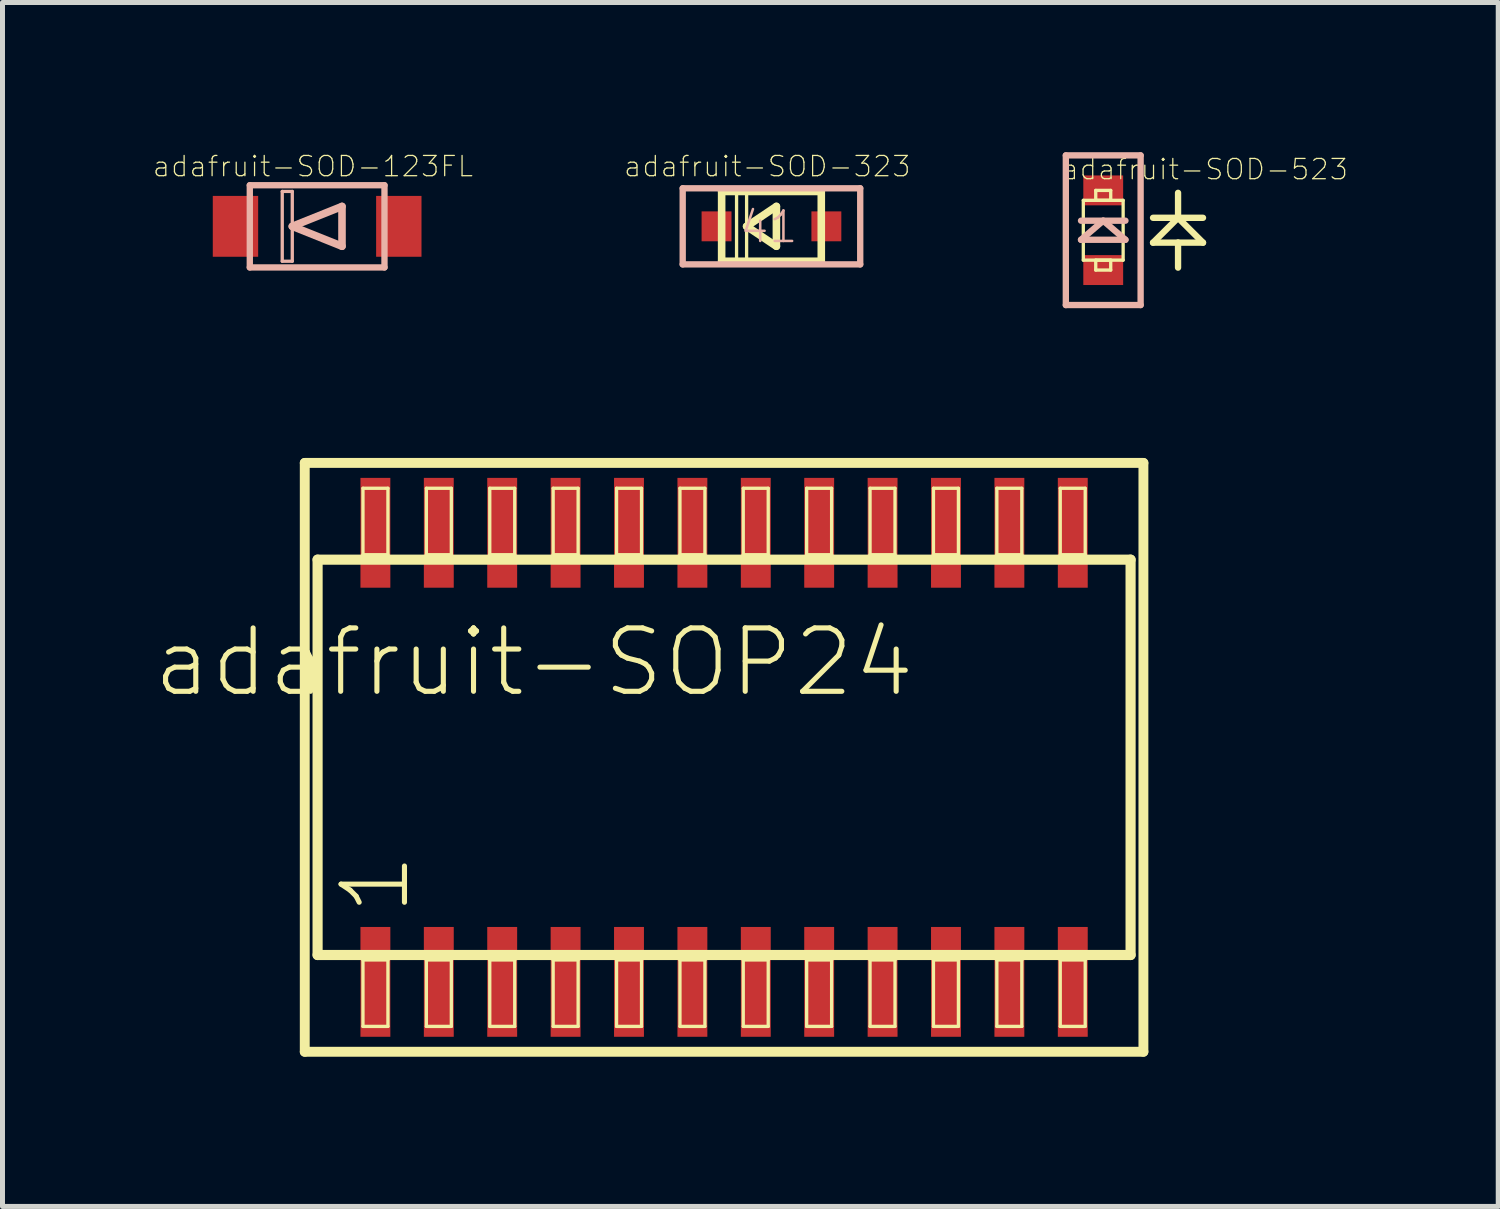
<source format=kicad_pcb>
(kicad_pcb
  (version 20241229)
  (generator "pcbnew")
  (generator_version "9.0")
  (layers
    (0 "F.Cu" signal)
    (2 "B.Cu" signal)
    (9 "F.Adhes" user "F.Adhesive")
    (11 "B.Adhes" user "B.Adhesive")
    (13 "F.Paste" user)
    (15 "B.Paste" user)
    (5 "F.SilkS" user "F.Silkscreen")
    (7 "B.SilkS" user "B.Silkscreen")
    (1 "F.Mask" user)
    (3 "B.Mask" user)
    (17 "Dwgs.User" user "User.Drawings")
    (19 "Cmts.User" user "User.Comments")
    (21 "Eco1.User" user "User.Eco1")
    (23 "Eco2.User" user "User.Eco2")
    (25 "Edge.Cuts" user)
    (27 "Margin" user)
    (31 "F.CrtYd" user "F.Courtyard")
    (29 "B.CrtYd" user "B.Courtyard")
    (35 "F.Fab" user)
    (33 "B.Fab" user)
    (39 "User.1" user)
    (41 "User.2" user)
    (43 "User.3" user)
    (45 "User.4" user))
  (footprint "adafruit-SOP24"
    (layer "F.Cu")
    (at 11.455 12.121)
    (property "Reference" "adafruit-SOP24" (at -3.81 -1.905 0) (layer "F.SilkS") (effects (font (size 1.27 1.27) (thickness 0.102))))
    (attr smd)
    (fp_line (start -8.4 -5.898) (end 8.4 -5.898) (stroke (width 0.198) (type solid)) (layer "F.SilkS"))
    (fp_line (start -8.4 5.898) (end -8.4 -5.898) (stroke (width 0.198) (type solid)) (layer "F.SilkS"))
    (fp_line (start -8.143 -3.96) (end 8.143 -3.96) (stroke (width 0.203) (type solid)) (layer "F.SilkS"))
    (fp_line (start -8.143 3.96) (end -8.143 -3.96) (stroke (width 0.203) (type solid)) (layer "F.SilkS"))
    (fp_line (start -7.234 -5.39) (end -6.734 -5.39) (stroke (width 0.066) (type solid)) (layer "F.SilkS"))
    (fp_line (start -7.234 -4.059) (end -7.234 -5.39) (stroke (width 0.066) (type solid)) (layer "F.SilkS"))
    (fp_line (start -7.234 -4.059) (end -6.734 -4.059) (stroke (width 0.066) (type solid)) (layer "F.SilkS"))
    (fp_line (start -7.234 4.059) (end -6.734 4.059) (stroke (width 0.066) (type solid)) (layer "F.SilkS"))
    (fp_line (start -7.234 5.39) (end -7.234 4.059) (stroke (width 0.066) (type solid)) (layer "F.SilkS"))
    (fp_line (start -7.234 5.39) (end -6.734 5.39) (stroke (width 0.066) (type solid)) (layer "F.SilkS"))
    (fp_line (start -6.734 -4.059) (end -6.734 -5.39) (stroke (width 0.066) (type solid)) (layer "F.SilkS"))
    (fp_line (start -6.734 5.39) (end -6.734 4.059) (stroke (width 0.066) (type solid)) (layer "F.SilkS"))
    (fp_line (start -5.964 -5.39) (end -5.464 -5.39) (stroke (width 0.066) (type solid)) (layer "F.SilkS"))
    (fp_line (start -5.964 -4.059) (end -5.964 -5.39) (stroke (width 0.066) (type solid)) (layer "F.SilkS"))
    (fp_line (start -5.964 -4.059) (end -5.464 -4.059) (stroke (width 0.066) (type solid)) (layer "F.SilkS"))
    (fp_line (start -5.964 4.059) (end -5.464 4.059) (stroke (width 0.066) (type solid)) (layer "F.SilkS"))
    (fp_line (start -5.964 5.39) (end -5.964 4.059) (stroke (width 0.066) (type solid)) (layer "F.SilkS"))
    (fp_line (start -5.964 5.39) (end -5.464 5.39) (stroke (width 0.066) (type solid)) (layer "F.SilkS"))
    (fp_line (start -5.464 -4.059) (end -5.464 -5.39) (stroke (width 0.066) (type solid)) (layer "F.SilkS"))
    (fp_line (start -5.464 5.39) (end -5.464 4.059) (stroke (width 0.066) (type solid)) (layer "F.SilkS"))
    (fp_line (start -4.694 -5.39) (end -4.194 -5.39) (stroke (width 0.066) (type solid)) (layer "F.SilkS"))
    (fp_line (start -4.694 -4.059) (end -4.694 -5.39) (stroke (width 0.066) (type solid)) (layer "F.SilkS"))
    (fp_line (start -4.694 -4.059) (end -4.194 -4.059) (stroke (width 0.066) (type solid)) (layer "F.SilkS"))
    (fp_line (start -4.694 4.059) (end -4.194 4.059) (stroke (width 0.066) (type solid)) (layer "F.SilkS"))
    (fp_line (start -4.694 5.39) (end -4.694 4.059) (stroke (width 0.066) (type solid)) (layer "F.SilkS"))
    (fp_line (start -4.694 5.39) (end -4.194 5.39) (stroke (width 0.066) (type solid)) (layer "F.SilkS"))
    (fp_line (start -4.194 -4.059) (end -4.194 -5.39) (stroke (width 0.066) (type solid)) (layer "F.SilkS"))
    (fp_line (start -4.194 5.39) (end -4.194 4.059) (stroke (width 0.066) (type solid)) (layer "F.SilkS"))
    (fp_line (start -3.424 -5.39) (end -2.924 -5.39) (stroke (width 0.066) (type solid)) (layer "F.SilkS"))
    (fp_line (start -3.424 -4.059) (end -3.424 -5.39) (stroke (width 0.066) (type solid)) (layer "F.SilkS"))
    (fp_line (start -3.424 -4.059) (end -2.924 -4.059) (stroke (width 0.066) (type solid)) (layer "F.SilkS"))
    (fp_line (start -3.424 4.059) (end -2.924 4.059) (stroke (width 0.066) (type solid)) (layer "F.SilkS"))
    (fp_line (start -3.424 5.39) (end -3.424 4.059) (stroke (width 0.066) (type solid)) (layer "F.SilkS"))
    (fp_line (start -3.424 5.39) (end -2.924 5.39) (stroke (width 0.066) (type solid)) (layer "F.SilkS"))
    (fp_line (start -2.924 -4.059) (end -2.924 -5.39) (stroke (width 0.066) (type solid)) (layer "F.SilkS"))
    (fp_line (start -2.924 5.39) (end -2.924 4.059) (stroke (width 0.066) (type solid)) (layer "F.SilkS"))
    (fp_line (start -2.154 -5.39) (end -1.654 -5.39) (stroke (width 0.066) (type solid)) (layer "F.SilkS"))
    (fp_line (start -2.154 -4.059) (end -2.154 -5.39) (stroke (width 0.066) (type solid)) (layer "F.SilkS"))
    (fp_line (start -2.154 -4.059) (end -1.654 -4.059) (stroke (width 0.066) (type solid)) (layer "F.SilkS"))
    (fp_line (start -2.154 4.059) (end -1.654 4.059) (stroke (width 0.066) (type solid)) (layer "F.SilkS"))
    (fp_line (start -2.154 5.39) (end -2.154 4.059) (stroke (width 0.066) (type solid)) (layer "F.SilkS"))
    (fp_line (start -2.154 5.39) (end -1.654 5.39) (stroke (width 0.066) (type solid)) (layer "F.SilkS"))
    (fp_line (start -1.654 -4.059) (end -1.654 -5.39) (stroke (width 0.066) (type solid)) (layer "F.SilkS"))
    (fp_line (start -1.654 5.39) (end -1.654 4.059) (stroke (width 0.066) (type solid)) (layer "F.SilkS"))
    (fp_line (start -0.884 -5.39) (end -0.384 -5.39) (stroke (width 0.066) (type solid)) (layer "F.SilkS"))
    (fp_line (start -0.884 -4.059) (end -0.884 -5.39) (stroke (width 0.066) (type solid)) (layer "F.SilkS"))
    (fp_line (start -0.884 -4.059) (end -0.384 -4.059) (stroke (width 0.066) (type solid)) (layer "F.SilkS"))
    (fp_line (start -0.884 4.059) (end -0.384 4.059) (stroke (width 0.066) (type solid)) (layer "F.SilkS"))
    (fp_line (start -0.884 5.39) (end -0.884 4.059) (stroke (width 0.066) (type solid)) (layer "F.SilkS"))
    (fp_line (start -0.884 5.39) (end -0.384 5.39) (stroke (width 0.066) (type solid)) (layer "F.SilkS"))
    (fp_line (start -0.384 -4.059) (end -0.384 -5.39) (stroke (width 0.066) (type solid)) (layer "F.SilkS"))
    (fp_line (start -0.384 5.39) (end -0.384 4.059) (stroke (width 0.066) (type solid)) (layer "F.SilkS"))
    (fp_line (start 0.384 -5.39) (end 0.884 -5.39) (stroke (width 0.066) (type solid)) (layer "F.SilkS"))
    (fp_line (start 0.384 -4.059) (end 0.384 -5.39) (stroke (width 0.066) (type solid)) (layer "F.SilkS"))
    (fp_line (start 0.384 -4.059) (end 0.884 -4.059) (stroke (width 0.066) (type solid)) (layer "F.SilkS"))
    (fp_line (start 0.384 4.059) (end 0.884 4.059) (stroke (width 0.066) (type solid)) (layer "F.SilkS"))
    (fp_line (start 0.384 5.39) (end 0.384 4.059) (stroke (width 0.066) (type solid)) (layer "F.SilkS"))
    (fp_line (start 0.384 5.39) (end 0.884 5.39) (stroke (width 0.066) (type solid)) (layer "F.SilkS"))
    (fp_line (start 0.884 -4.059) (end 0.884 -5.39) (stroke (width 0.066) (type solid)) (layer "F.SilkS"))
    (fp_line (start 0.884 5.39) (end 0.884 4.059) (stroke (width 0.066) (type solid)) (layer "F.SilkS"))
    (fp_line (start 1.654 -5.39) (end 2.154 -5.39) (stroke (width 0.066) (type solid)) (layer "F.SilkS"))
    (fp_line (start 1.654 -4.059) (end 1.654 -5.39) (stroke (width 0.066) (type solid)) (layer "F.SilkS"))
    (fp_line (start 1.654 -4.059) (end 2.154 -4.059) (stroke (width 0.066) (type solid)) (layer "F.SilkS"))
    (fp_line (start 1.654 4.059) (end 2.154 4.059) (stroke (width 0.066) (type solid)) (layer "F.SilkS"))
    (fp_line (start 1.654 5.39) (end 1.654 4.059) (stroke (width 0.066) (type solid)) (layer "F.SilkS"))
    (fp_line (start 1.654 5.39) (end 2.154 5.39) (stroke (width 0.066) (type solid)) (layer "F.SilkS"))
    (fp_line (start 2.154 -4.059) (end 2.154 -5.39) (stroke (width 0.066) (type solid)) (layer "F.SilkS"))
    (fp_line (start 2.154 5.39) (end 2.154 4.059) (stroke (width 0.066) (type solid)) (layer "F.SilkS"))
    (fp_line (start 2.924 -5.39) (end 3.424 -5.39) (stroke (width 0.066) (type solid)) (layer "F.SilkS"))
    (fp_line (start 2.924 -4.059) (end 2.924 -5.39) (stroke (width 0.066) (type solid)) (layer "F.SilkS"))
    (fp_line (start 2.924 -4.059) (end 3.424 -4.059) (stroke (width 0.066) (type solid)) (layer "F.SilkS"))
    (fp_line (start 2.924 4.059) (end 3.424 4.059) (stroke (width 0.066) (type solid)) (layer "F.SilkS"))
    (fp_line (start 2.924 5.39) (end 2.924 4.059) (stroke (width 0.066) (type solid)) (layer "F.SilkS"))
    (fp_line (start 2.924 5.39) (end 3.424 5.39) (stroke (width 0.066) (type solid)) (layer "F.SilkS"))
    (fp_line (start 3.424 -4.059) (end 3.424 -5.39) (stroke (width 0.066) (type solid)) (layer "F.SilkS"))
    (fp_line (start 3.424 5.39) (end 3.424 4.059) (stroke (width 0.066) (type solid)) (layer "F.SilkS"))
    (fp_line (start 4.194 -5.39) (end 4.694 -5.39) (stroke (width 0.066) (type solid)) (layer "F.SilkS"))
    (fp_line (start 4.194 -4.059) (end 4.194 -5.39) (stroke (width 0.066) (type solid)) (layer "F.SilkS"))
    (fp_line (start 4.194 -4.059) (end 4.694 -4.059) (stroke (width 0.066) (type solid)) (layer "F.SilkS"))
    (fp_line (start 4.194 4.059) (end 4.694 4.059) (stroke (width 0.066) (type solid)) (layer "F.SilkS"))
    (fp_line (start 4.194 5.39) (end 4.194 4.059) (stroke (width 0.066) (type solid)) (layer "F.SilkS"))
    (fp_line (start 4.194 5.39) (end 4.694 5.39) (stroke (width 0.066) (type solid)) (layer "F.SilkS"))
    (fp_line (start 4.694 -4.059) (end 4.694 -5.39) (stroke (width 0.066) (type solid)) (layer "F.SilkS"))
    (fp_line (start 4.694 5.39) (end 4.694 4.059) (stroke (width 0.066) (type solid)) (layer "F.SilkS"))
    (fp_line (start 5.464 -5.39) (end 5.964 -5.39) (stroke (width 0.066) (type solid)) (layer "F.SilkS"))
    (fp_line (start 5.464 -4.059) (end 5.464 -5.39) (stroke (width 0.066) (type solid)) (layer "F.SilkS"))
    (fp_line (start 5.464 -4.059) (end 5.964 -4.059) (stroke (width 0.066) (type solid)) (layer "F.SilkS"))
    (fp_line (start 5.464 4.059) (end 5.964 4.059) (stroke (width 0.066) (type solid)) (layer "F.SilkS"))
    (fp_line (start 5.464 5.39) (end 5.464 4.059) (stroke (width 0.066) (type solid)) (layer "F.SilkS"))
    (fp_line (start 5.464 5.39) (end 5.964 5.39) (stroke (width 0.066) (type solid)) (layer "F.SilkS"))
    (fp_line (start 5.964 -4.059) (end 5.964 -5.39) (stroke (width 0.066) (type solid)) (layer "F.SilkS"))
    (fp_line (start 5.964 5.39) (end 5.964 4.059) (stroke (width 0.066) (type solid)) (layer "F.SilkS"))
    (fp_line (start 6.734 -5.39) (end 7.234 -5.39) (stroke (width 0.066) (type solid)) (layer "F.SilkS"))
    (fp_line (start 6.734 -4.059) (end 6.734 -5.39) (stroke (width 0.066) (type solid)) (layer "F.SilkS"))
    (fp_line (start 6.734 -4.059) (end 7.234 -4.059) (stroke (width 0.066) (type solid)) (layer "F.SilkS"))
    (fp_line (start 6.734 4.059) (end 7.234 4.059) (stroke (width 0.066) (type solid)) (layer "F.SilkS"))
    (fp_line (start 6.734 5.39) (end 6.734 4.059) (stroke (width 0.066) (type solid)) (layer "F.SilkS"))
    (fp_line (start 6.734 5.39) (end 7.234 5.39) (stroke (width 0.066) (type solid)) (layer "F.SilkS"))
    (fp_line (start 7.234 -4.059) (end 7.234 -5.39) (stroke (width 0.066) (type solid)) (layer "F.SilkS"))
    (fp_line (start 7.234 5.39) (end 7.234 4.059) (stroke (width 0.066) (type solid)) (layer "F.SilkS"))
    (fp_line (start 8.143 -3.96) (end 8.143 3.96) (stroke (width 0.203) (type solid)) (layer "F.SilkS"))
    (fp_line (start 8.143 3.96) (end -8.143 3.96) (stroke (width 0.203) (type solid)) (layer "F.SilkS"))
    (fp_line (start 8.4 -5.898) (end 8.4 5.898) (stroke (width 0.198) (type solid)) (layer "F.SilkS"))
    (fp_line (start 8.4 5.898) (end -8.4 5.898) (stroke (width 0.198) (type solid)) (layer "F.SilkS"))
    (fp_text user "1" (at -6.985 2.54 90) (layer "F.SilkS") (effects (font (size 1.27 1.27) (thickness 0.102))))
    (pad "1" smd rect (at -6.985 4.498) (size 0.599 2.2) (layers "F.Cu" "F.Mask" "F.Paste"))
    (pad "2" smd rect (at -5.715 4.498) (size 0.599 2.2) (layers "F.Cu" "F.Mask" "F.Paste"))
    (pad "3" smd rect (at -4.445 4.498) (size 0.599 2.2) (layers "F.Cu" "F.Mask" "F.Paste"))
    (pad "4" smd rect (at -3.175 4.498) (size 0.599 2.2) (layers "F.Cu" "F.Mask" "F.Paste"))
    (pad "5" smd rect (at -1.905 4.498) (size 0.599 2.2) (layers "F.Cu" "F.Mask" "F.Paste"))
    (pad "6" smd rect (at -0.635 4.498) (size 0.599 2.2) (layers "F.Cu" "F.Mask" "F.Paste"))
    (pad "7" smd rect (at 0.635 4.498) (size 0.599 2.2) (layers "F.Cu" "F.Mask" "F.Paste"))
    (pad "8" smd rect (at 1.905 4.498) (size 0.599 2.2) (layers "F.Cu" "F.Mask" "F.Paste"))
    (pad "9" smd rect (at 3.175 4.498) (size 0.599 2.2) (layers "F.Cu" "F.Mask" "F.Paste"))
    (pad "10" smd rect (at 4.445 4.498) (size 0.599 2.2) (layers "F.Cu" "F.Mask" "F.Paste"))
    (pad "11" smd rect (at 5.715 4.498) (size 0.599 2.2) (layers "F.Cu" "F.Mask" "F.Paste"))
    (pad "12" smd rect (at 6.985 4.498) (size 0.599 2.2) (layers "F.Cu" "F.Mask" "F.Paste"))
    (pad "13" smd rect (at 6.985 -4.498) (size 0.599 2.2) (layers "F.Cu" "F.Mask" "F.Paste"))
    (pad "14" smd rect (at 5.715 -4.498) (size 0.599 2.2) (layers "F.Cu" "F.Mask" "F.Paste"))
    (pad "15" smd rect (at 4.445 -4.498) (size 0.599 2.2) (layers "F.Cu" "F.Mask" "F.Paste"))
    (pad "16" smd rect (at 3.175 -4.498) (size 0.599 2.2) (layers "F.Cu" "F.Mask" "F.Paste"))
    (pad "17" smd rect (at 1.905 -4.498) (size 0.599 2.2) (layers "F.Cu" "F.Mask" "F.Paste"))
    (pad "18" smd rect (at 0.635 -4.498) (size 0.599 2.2) (layers "F.Cu" "F.Mask" "F.Paste"))
    (pad "19" smd rect (at -0.635 -4.498) (size 0.599 2.2) (layers "F.Cu" "F.Mask" "F.Paste"))
    (pad "20" smd rect (at -1.905 -4.498) (size 0.599 2.2) (layers "F.Cu" "F.Mask" "F.Paste"))
    (pad "21" smd rect (at -3.175 -4.498) (size 0.599 2.2) (layers "F.Cu" "F.Mask" "F.Paste"))
    (pad "22" smd rect (at -4.445 -4.498) (size 0.599 2.2) (layers "F.Cu" "F.Mask" "F.Paste"))
    (pad "23" smd rect (at -5.715 -4.498) (size 0.599 2.2) (layers "F.Cu" "F.Mask" "F.Paste"))
    (pad "24" smd rect (at -6.985 -4.498) (size 0.599 2.2) (layers "F.Cu" "F.Mask" "F.Paste")))
  (footprint "adafruit-SOD-523"
    (layer "F.Cu")
    (at 19.05 1.562)
    (property "Reference" "adafruit-SOD-523" (at 2.032 -1.219 0) (layer "F.SilkS") (effects (font (size 0.406 0.406) (thickness 0.025))))
    (attr smd)
    (fp_line (start -0.399 -0.599) (end 0.399 -0.599) (stroke (width 0.066) (type solid)) (layer "F.SilkS"))
    (fp_line (start -0.399 0.599) (end -0.399 -0.599) (stroke (width 0.066) (type solid)) (layer "F.SilkS"))
    (fp_line (start -0.399 0.599) (end 0.399 0.599) (stroke (width 0.066) (type solid)) (layer "F.SilkS"))
    (fp_line (start -0.15 -0.798) (end 0.15 -0.798) (stroke (width 0.066) (type solid)) (layer "F.SilkS"))
    (fp_line (start -0.15 -0.599) (end -0.15 -0.798) (stroke (width 0.066) (type solid)) (layer "F.SilkS"))
    (fp_line (start -0.15 -0.599) (end 0.15 -0.599) (stroke (width 0.066) (type solid)) (layer "F.SilkS"))
    (fp_line (start -0.15 0.599) (end 0.15 0.599) (stroke (width 0.066) (type solid)) (layer "F.SilkS"))
    (fp_line (start -0.15 0.798) (end -0.15 0.599) (stroke (width 0.066) (type solid)) (layer "F.SilkS"))
    (fp_line (start -0.15 0.798) (end 0.15 0.798) (stroke (width 0.066) (type solid)) (layer "F.SilkS"))
    (fp_line (start 0.15 -0.599) (end 0.15 -0.798) (stroke (width 0.066) (type solid)) (layer "F.SilkS"))
    (fp_line (start 0.15 0.798) (end 0.15 0.599) (stroke (width 0.066) (type solid)) (layer "F.SilkS"))
    (fp_line (start 0.399 0.599) (end 0.399 -0.599) (stroke (width 0.066) (type solid)) (layer "F.SilkS"))
    (fp_line (start 0.998 -0.249) (end 1.499 -0.249) (stroke (width 0.127) (type solid)) (layer "F.SilkS"))
    (fp_line (start 0.998 0.249) (end 1.499 0.249) (stroke (width 0.127) (type solid)) (layer "F.SilkS"))
    (fp_line (start 1.499 -0.249) (end 0.998 0.249) (stroke (width 0.127) (type solid)) (layer "F.SilkS"))
    (fp_line (start 1.499 -0.249) (end 1.499 -0.749) (stroke (width 0.127) (type solid)) (layer "F.SilkS"))
    (fp_line (start 1.499 -0.249) (end 1.999 -0.249) (stroke (width 0.127) (type solid)) (layer "F.SilkS"))
    (fp_line (start 1.499 0.249) (end 1.499 0.749) (stroke (width 0.127) (type solid)) (layer "F.SilkS"))
    (fp_line (start 1.499 0.249) (end 1.999 0.249) (stroke (width 0.127) (type solid)) (layer "F.SilkS"))
    (fp_line (start 1.999 0.249) (end 1.499 -0.249) (stroke (width 0.127) (type solid)) (layer "F.SilkS"))
    (fp_line (start -0.749 -1.499) (end 0.749 -1.499) (stroke (width 0.127) (type solid)) (layer "B.SilkS"))
    (fp_line (start -0.749 1.499) (end -0.749 -1.499) (stroke (width 0.127) (type solid)) (layer "B.SilkS"))
    (fp_line (start -0.445 -0.191) (end 0.445 -0.191) (stroke (width 0.127) (type solid)) (layer "B.SilkS"))
    (fp_line (start -0.445 0.191) (end 0.445 0.191) (stroke (width 0.127) (type solid)) (layer "B.SilkS"))
    (fp_line (start 0 -0.191) (end -0.445 0.191) (stroke (width 0.127) (type solid)) (layer "B.SilkS"))
    (fp_line (start 0.445 0.191) (end 0 -0.191) (stroke (width 0.127) (type solid)) (layer "B.SilkS"))
    (fp_line (start 0.749 -1.499) (end 0.749 1.499) (stroke (width 0.127) (type solid)) (layer "B.SilkS"))
    (fp_line (start 0.749 1.499) (end -0.749 1.499) (stroke (width 0.127) (type solid)) (layer "B.SilkS"))
    (pad "A" smd rect (at 0 0.798) (size 0.798 0.599) (layers "F.Cu" "F.Mask" "F.Paste"))
    (pad "K" smd rect (at 0 -0.798) (size 0.798 0.599) (layers "F.Cu" "F.Mask" "F.Paste")))
  (footprint "adafruit-SOD-123FL"
    (layer "F.Cu")
    (at 3.303 1.484)
    (property "Reference" "adafruit-SOD-123FL" (at -0.084 -1.201 0) (layer "F.SilkS") (effects (font (size 0.406 0.406) (thickness 0.025))))
    (attr smd)
    (fp_line (start -1.349 -0.823) (end 1.349 -0.823) (stroke (width 0.127) (type solid)) (layer "B.SilkS"))
    (fp_line (start -1.349 0.823) (end -1.349 -0.823) (stroke (width 0.127) (type solid)) (layer "B.SilkS"))
    (fp_line (start -0.699 -0.699) (end -0.498 -0.699) (stroke (width 0.066) (type solid)) (layer "B.SilkS"))
    (fp_line (start -0.699 0.699) (end -0.699 -0.699) (stroke (width 0.066) (type solid)) (layer "B.SilkS"))
    (fp_line (start -0.699 0.699) (end -0.498 0.699) (stroke (width 0.066) (type solid)) (layer "B.SilkS"))
    (fp_line (start -0.498 0) (end 0.498 -0.399) (stroke (width 0.152) (type solid)) (layer "B.SilkS"))
    (fp_line (start -0.498 0.699) (end -0.498 -0.699) (stroke (width 0.066) (type solid)) (layer "B.SilkS"))
    (fp_line (start 0.498 -0.399) (end 0.498 0.399) (stroke (width 0.152) (type solid)) (layer "B.SilkS"))
    (fp_line (start 0.498 0.399) (end -0.498 0) (stroke (width 0.152) (type solid)) (layer "B.SilkS"))
    (fp_line (start 1.349 -0.823) (end 1.349 0.823) (stroke (width 0.127) (type solid)) (layer "B.SilkS"))
    (fp_line (start 1.349 0.823) (end -1.349 0.823) (stroke (width 0.127) (type solid)) (layer "B.SilkS"))
    (pad "A" smd rect (at 1.636 0) (size 0.909 1.219) (layers "F.Cu" "F.Mask" "F.Paste"))
    (pad "C" smd rect (at -1.636 0) (size 0.909 1.219) (layers "F.Cu" "F.Mask" "F.Paste")))
  (footprint "adafruit-SOD-323"
    (layer "F.Cu")
    (at 12.404 1.484)
    (property "Reference" "adafruit-SOD-323" (at -0.084 -1.201 0) (layer "F.SilkS") (effects (font (size 0.406 0.406) (thickness 0.025))))
    (attr smd)
    (fp_line (start -0.998 -0.699) (end 0.998 -0.699) (stroke (width 0.152) (type solid)) (layer "F.SilkS"))
    (fp_line (start -0.998 0.699) (end -0.998 -0.699) (stroke (width 0.152) (type solid)) (layer "F.SilkS"))
    (fp_line (start -0.699 -0.699) (end -0.498 -0.699) (stroke (width 0.066) (type solid)) (layer "F.SilkS"))
    (fp_line (start -0.699 0.699) (end -0.699 -0.699) (stroke (width 0.066) (type solid)) (layer "F.SilkS"))
    (fp_line (start -0.699 0.699) (end -0.498 0.699) (stroke (width 0.066) (type solid)) (layer "F.SilkS"))
    (fp_line (start -0.498 0) (end 0.099 -0.399) (stroke (width 0.152) (type solid)) (layer "F.SilkS"))
    (fp_line (start -0.498 0.699) (end -0.498 -0.699) (stroke (width 0.066) (type solid)) (layer "F.SilkS"))
    (fp_line (start 0.099 -0.399) (end 0.099 0.399) (stroke (width 0.152) (type solid)) (layer "F.SilkS"))
    (fp_line (start 0.099 0.399) (end -0.498 0) (stroke (width 0.152) (type solid)) (layer "F.SilkS"))
    (fp_line (start 0.998 -0.699) (end 0.998 0.699) (stroke (width 0.152) (type solid)) (layer "F.SilkS"))
    (fp_line (start 0.998 0.699) (end -0.998 0.699) (stroke (width 0.152) (type solid)) (layer "F.SilkS"))
    (fp_line (start -1.778 -0.762) (end 1.778 -0.762) (stroke (width 0.127) (type solid)) (layer "B.SilkS"))
    (fp_line (start -1.778 0.762) (end -1.778 -0.762) (stroke (width 0.127) (type solid)) (layer "B.SilkS"))
    (fp_line (start 1.778 -0.762) (end 1.778 0.762) (stroke (width 0.127) (type solid)) (layer "B.SilkS"))
    (fp_line (start 1.778 0.762) (end -1.778 0.762) (stroke (width 0.127) (type solid)) (layer "B.SilkS"))
    (fp_text user "41" (at -0.051 0.013 180) (layer "B.SilkS") (effects (font (size 0.61 0.61) (thickness 0.051))))
    (pad "A" smd rect (at 1.1 0) (size 0.599 0.599) (layers "F.Cu" "F.Mask" "F.Paste"))
    (pad "C" smd rect (at -1.1 0) (size 0.599 0.599) (layers "F.Cu" "F.Mask" "F.Paste")))
  (gr_rect
    (start -3 -3)
    (end 26.963 21.118)
    (stroke (width 0.1) (type default))
    (fill no)
    (layer "Edge.Cuts")))
</source>
